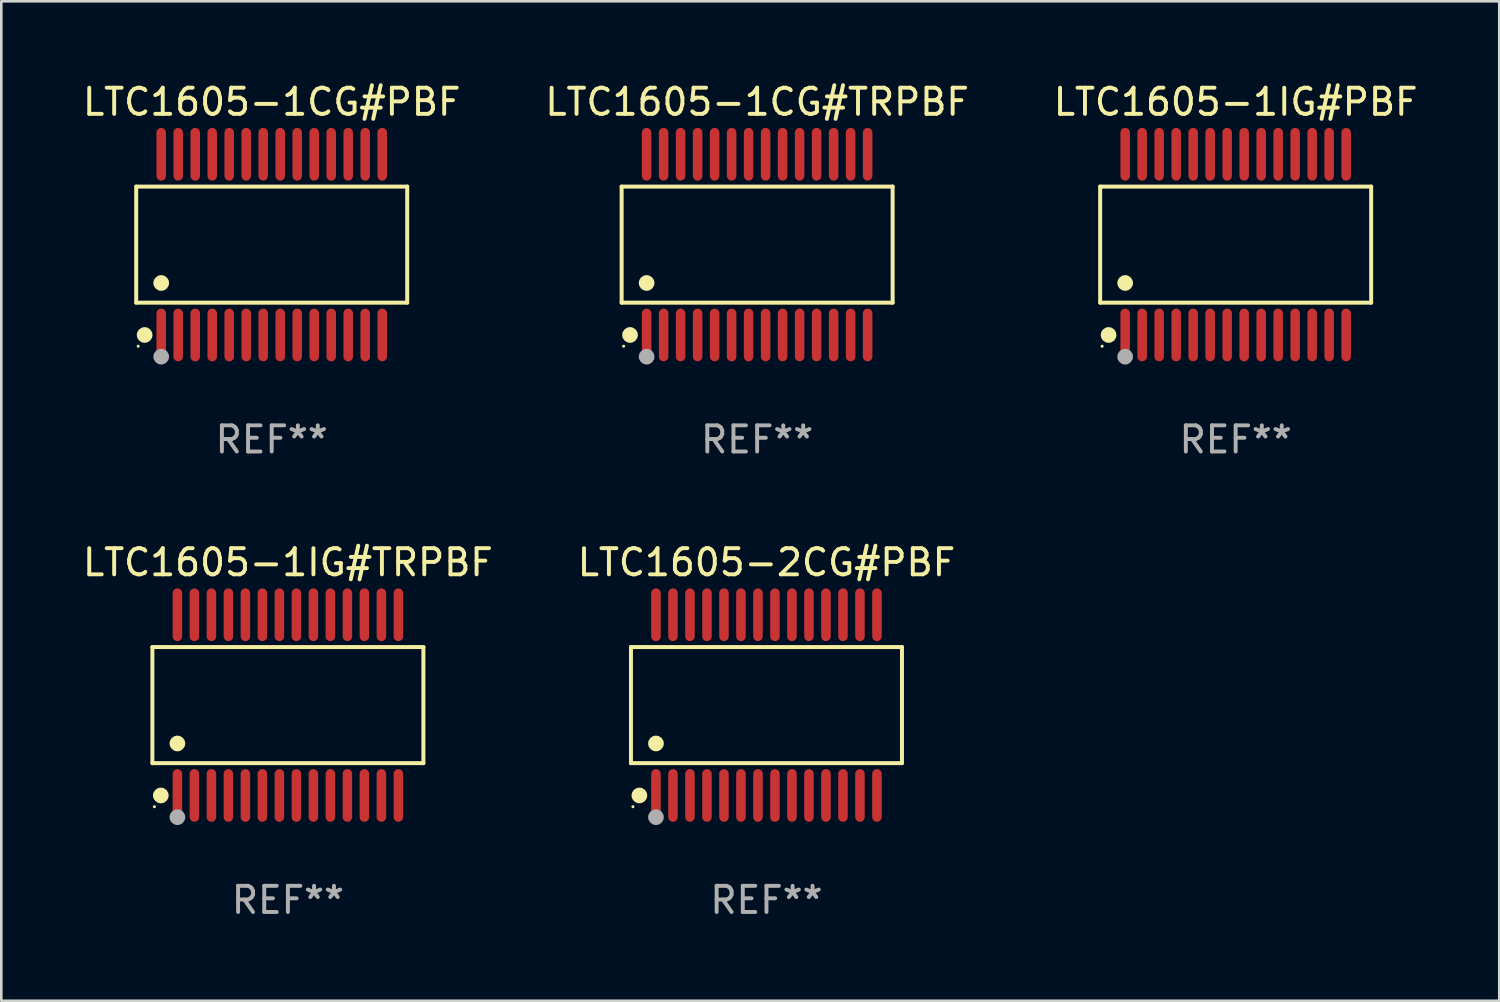
<source format=kicad_pcb>
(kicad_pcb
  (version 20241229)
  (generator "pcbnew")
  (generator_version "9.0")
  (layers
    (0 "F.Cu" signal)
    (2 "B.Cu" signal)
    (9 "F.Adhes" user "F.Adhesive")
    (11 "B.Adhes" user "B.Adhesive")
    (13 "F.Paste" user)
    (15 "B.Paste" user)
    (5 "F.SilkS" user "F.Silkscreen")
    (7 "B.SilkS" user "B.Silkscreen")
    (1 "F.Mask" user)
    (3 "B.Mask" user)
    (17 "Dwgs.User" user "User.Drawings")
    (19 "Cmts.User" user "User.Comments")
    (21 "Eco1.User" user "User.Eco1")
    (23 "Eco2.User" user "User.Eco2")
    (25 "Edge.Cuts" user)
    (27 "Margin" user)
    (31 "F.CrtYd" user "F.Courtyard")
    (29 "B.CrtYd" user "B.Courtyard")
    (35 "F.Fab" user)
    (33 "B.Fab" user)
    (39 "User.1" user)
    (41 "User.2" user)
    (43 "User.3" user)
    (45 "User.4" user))
  (footprint "LTC1605-1CG#PBF"
    (layer "F.Cu")
    (at 7.339 6.303)
    (property "Reference" "LTC1605-1CG#PBF" (at 0 -5.455 0) (layer "F.SilkS") (effects (font (size 1 1) (thickness 0.15))))
    (attr through_hole)
    (fp_line (start -5.181 -2.219) (end 5.181 -2.219) (stroke (width 0.152) (type solid)) (layer "F.SilkS"))
    (fp_line (start -5.181 2.219) (end -5.181 -2.219) (stroke (width 0.152) (type solid)) (layer "F.SilkS"))
    (fp_line (start 5.181 -2.219) (end 5.181 2.219) (stroke (width 0.152) (type solid)) (layer "F.SilkS"))
    (fp_line (start 5.181 2.219) (end -5.181 2.219) (stroke (width 0.152) (type solid)) (layer "F.SilkS"))
    (fp_circle (center -5.105 3.885) (end -5.075 3.885) (stroke (width 0.06) (type solid)) (fill no) (layer "F.SilkS"))
    (fp_circle (center -4.859 3.455) (end -4.709 3.455) (stroke (width 0.3) (type solid)) (fill no) (layer "F.SilkS"))
    (fp_circle (center -4.225 1.467) (end -4.075 1.467) (stroke (width 0.3) (type solid)) (fill no) (layer "F.SilkS"))
    (fp_circle (center -4.225 4.285) (end -4.075 4.285) (stroke (width 0.3) (type solid)) (fill no) (layer "F.Fab"))
    (fp_text user "REF**" (at 0 7.455 0) (layer "F.Fab") (effects (font (size 1 1) (thickness 0.15))))
    (pad "1" smd oval (at -4.225 3.455) (size 0.364 2.015) (layers "F.Cu" "F.Mask" "F.Paste"))
    (pad "2" smd oval (at -3.575 3.455) (size 0.364 2.015) (layers "F.Cu" "F.Mask" "F.Paste"))
    (pad "3" smd oval (at -2.925 3.455) (size 0.364 2.015) (layers "F.Cu" "F.Mask" "F.Paste"))
    (pad "4" smd oval (at -2.275 3.455) (size 0.364 2.015) (layers "F.Cu" "F.Mask" "F.Paste"))
    (pad "5" smd oval (at -1.625 3.455) (size 0.364 2.015) (layers "F.Cu" "F.Mask" "F.Paste"))
    (pad "6" smd oval (at -0.975 3.455) (size 0.364 2.015) (layers "F.Cu" "F.Mask" "F.Paste"))
    (pad "7" smd oval (at -0.325 3.455) (size 0.364 2.015) (layers "F.Cu" "F.Mask" "F.Paste"))
    (pad "8" smd oval (at 0.325 3.455) (size 0.364 2.015) (layers "F.Cu" "F.Mask" "F.Paste"))
    (pad "9" smd oval (at 0.975 3.455) (size 0.364 2.015) (layers "F.Cu" "F.Mask" "F.Paste"))
    (pad "10" smd oval (at 1.625 3.455) (size 0.364 2.015) (layers "F.Cu" "F.Mask" "F.Paste"))
    (pad "11" smd oval (at 2.275 3.455) (size 0.364 2.015) (layers "F.Cu" "F.Mask" "F.Paste"))
    (pad "12" smd oval (at 2.925 3.455) (size 0.364 2.015) (layers "F.Cu" "F.Mask" "F.Paste"))
    (pad "13" smd oval (at 3.575 3.455) (size 0.364 2.015) (layers "F.Cu" "F.Mask" "F.Paste"))
    (pad "14" smd oval (at 4.225 3.455) (size 0.364 2.015) (layers "F.Cu" "F.Mask" "F.Paste"))
    (pad "15" smd oval (at 4.225 -3.455) (size 0.364 2.015) (layers "F.Cu" "F.Mask" "F.Paste"))
    (pad "16" smd oval (at 3.575 -3.455) (size 0.364 2.015) (layers "F.Cu" "F.Mask" "F.Paste"))
    (pad "17" smd oval (at 2.925 -3.455) (size 0.364 2.015) (layers "F.Cu" "F.Mask" "F.Paste"))
    (pad "18" smd oval (at 2.275 -3.455) (size 0.364 2.015) (layers "F.Cu" "F.Mask" "F.Paste"))
    (pad "19" smd oval (at 1.625 -3.455) (size 0.364 2.015) (layers "F.Cu" "F.Mask" "F.Paste"))
    (pad "20" smd oval (at 0.975 -3.455) (size 0.364 2.015) (layers "F.Cu" "F.Mask" "F.Paste"))
    (pad "21" smd oval (at 0.325 -3.455) (size 0.364 2.015) (layers "F.Cu" "F.Mask" "F.Paste"))
    (pad "22" smd oval (at -0.325 -3.455) (size 0.364 2.015) (layers "F.Cu" "F.Mask" "F.Paste"))
    (pad "23" smd oval (at -0.975 -3.455) (size 0.364 2.015) (layers "F.Cu" "F.Mask" "F.Paste"))
    (pad "24" smd oval (at -1.625 -3.455) (size 0.364 2.015) (layers "F.Cu" "F.Mask" "F.Paste"))
    (pad "25" smd oval (at -2.275 -3.455) (size 0.364 2.015) (layers "F.Cu" "F.Mask" "F.Paste"))
    (pad "26" smd oval (at -2.925 -3.455) (size 0.364 2.015) (layers "F.Cu" "F.Mask" "F.Paste"))
    (pad "27" smd oval (at -3.575 -3.455) (size 0.364 2.015) (layers "F.Cu" "F.Mask" "F.Paste"))
    (pad "28" smd oval (at -4.225 -3.455) (size 0.364 2.015) (layers "F.Cu" "F.Mask" "F.Paste")))
  (footprint "LTC1605-1IG#PBF"
    (layer "F.Cu")
    (at 44.196 6.303)
    (property "Reference" "LTC1605-1IG#PBF" (at 0 -5.455 0) (layer "F.SilkS") (effects (font (size 1 1) (thickness 0.15))))
    (attr through_hole)
    (fp_line (start -5.181 -2.219) (end 5.181 -2.219) (stroke (width 0.152) (type solid)) (layer "F.SilkS"))
    (fp_line (start -5.181 2.219) (end -5.181 -2.219) (stroke (width 0.152) (type solid)) (layer "F.SilkS"))
    (fp_line (start 5.181 -2.219) (end 5.181 2.219) (stroke (width 0.152) (type solid)) (layer "F.SilkS"))
    (fp_line (start 5.181 2.219) (end -5.181 2.219) (stroke (width 0.152) (type solid)) (layer "F.SilkS"))
    (fp_circle (center -5.105 3.885) (end -5.075 3.885) (stroke (width 0.06) (type solid)) (fill no) (layer "F.SilkS"))
    (fp_circle (center -4.859 3.455) (end -4.709 3.455) (stroke (width 0.3) (type solid)) (fill no) (layer "F.SilkS"))
    (fp_circle (center -4.225 1.467) (end -4.075 1.467) (stroke (width 0.3) (type solid)) (fill no) (layer "F.SilkS"))
    (fp_circle (center -4.225 4.285) (end -4.075 4.285) (stroke (width 0.3) (type solid)) (fill no) (layer "F.Fab"))
    (fp_text user "REF**" (at 0 7.455 0) (layer "F.Fab") (effects (font (size 1 1) (thickness 0.15))))
    (pad "1" smd oval (at -4.225 3.455) (size 0.364 2.015) (layers "F.Cu" "F.Mask" "F.Paste"))
    (pad "2" smd oval (at -3.575 3.455) (size 0.364 2.015) (layers "F.Cu" "F.Mask" "F.Paste"))
    (pad "3" smd oval (at -2.925 3.455) (size 0.364 2.015) (layers "F.Cu" "F.Mask" "F.Paste"))
    (pad "4" smd oval (at -2.275 3.455) (size 0.364 2.015) (layers "F.Cu" "F.Mask" "F.Paste"))
    (pad "5" smd oval (at -1.625 3.455) (size 0.364 2.015) (layers "F.Cu" "F.Mask" "F.Paste"))
    (pad "6" smd oval (at -0.975 3.455) (size 0.364 2.015) (layers "F.Cu" "F.Mask" "F.Paste"))
    (pad "7" smd oval (at -0.325 3.455) (size 0.364 2.015) (layers "F.Cu" "F.Mask" "F.Paste"))
    (pad "8" smd oval (at 0.325 3.455) (size 0.364 2.015) (layers "F.Cu" "F.Mask" "F.Paste"))
    (pad "9" smd oval (at 0.975 3.455) (size 0.364 2.015) (layers "F.Cu" "F.Mask" "F.Paste"))
    (pad "10" smd oval (at 1.625 3.455) (size 0.364 2.015) (layers "F.Cu" "F.Mask" "F.Paste"))
    (pad "11" smd oval (at 2.275 3.455) (size 0.364 2.015) (layers "F.Cu" "F.Mask" "F.Paste"))
    (pad "12" smd oval (at 2.925 3.455) (size 0.364 2.015) (layers "F.Cu" "F.Mask" "F.Paste"))
    (pad "13" smd oval (at 3.575 3.455) (size 0.364 2.015) (layers "F.Cu" "F.Mask" "F.Paste"))
    (pad "14" smd oval (at 4.225 3.455) (size 0.364 2.015) (layers "F.Cu" "F.Mask" "F.Paste"))
    (pad "15" smd oval (at 4.225 -3.455) (size 0.364 2.015) (layers "F.Cu" "F.Mask" "F.Paste"))
    (pad "16" smd oval (at 3.575 -3.455) (size 0.364 2.015) (layers "F.Cu" "F.Mask" "F.Paste"))
    (pad "17" smd oval (at 2.925 -3.455) (size 0.364 2.015) (layers "F.Cu" "F.Mask" "F.Paste"))
    (pad "18" smd oval (at 2.275 -3.455) (size 0.364 2.015) (layers "F.Cu" "F.Mask" "F.Paste"))
    (pad "19" smd oval (at 1.625 -3.455) (size 0.364 2.015) (layers "F.Cu" "F.Mask" "F.Paste"))
    (pad "20" smd oval (at 0.975 -3.455) (size 0.364 2.015) (layers "F.Cu" "F.Mask" "F.Paste"))
    (pad "21" smd oval (at 0.325 -3.455) (size 0.364 2.015) (layers "F.Cu" "F.Mask" "F.Paste"))
    (pad "22" smd oval (at -0.325 -3.455) (size 0.364 2.015) (layers "F.Cu" "F.Mask" "F.Paste"))
    (pad "23" smd oval (at -0.975 -3.455) (size 0.364 2.015) (layers "F.Cu" "F.Mask" "F.Paste"))
    (pad "24" smd oval (at -1.625 -3.455) (size 0.364 2.015) (layers "F.Cu" "F.Mask" "F.Paste"))
    (pad "25" smd oval (at -2.275 -3.455) (size 0.364 2.015) (layers "F.Cu" "F.Mask" "F.Paste"))
    (pad "26" smd oval (at -2.925 -3.455) (size 0.364 2.015) (layers "F.Cu" "F.Mask" "F.Paste"))
    (pad "27" smd oval (at -3.575 -3.455) (size 0.364 2.015) (layers "F.Cu" "F.Mask" "F.Paste"))
    (pad "28" smd oval (at -4.225 -3.455) (size 0.364 2.015) (layers "F.Cu" "F.Mask" "F.Paste")))
  (footprint "LTC1605-1IG#TRPBF"
    (layer "F.Cu")
    (at 7.958 23.91)
    (property "Reference" "LTC1605-1IG#TRPBF" (at 0 -5.455 0) (layer "F.SilkS") (effects (font (size 1 1) (thickness 0.15))))
    (attr through_hole)
    (fp_line (start -5.181 -2.219) (end 5.181 -2.219) (stroke (width 0.152) (type solid)) (layer "F.SilkS"))
    (fp_line (start -5.181 2.219) (end -5.181 -2.219) (stroke (width 0.152) (type solid)) (layer "F.SilkS"))
    (fp_line (start 5.181 -2.219) (end 5.181 2.219) (stroke (width 0.152) (type solid)) (layer "F.SilkS"))
    (fp_line (start 5.181 2.219) (end -5.181 2.219) (stroke (width 0.152) (type solid)) (layer "F.SilkS"))
    (fp_circle (center -5.105 3.885) (end -5.075 3.885) (stroke (width 0.06) (type solid)) (fill no) (layer "F.SilkS"))
    (fp_circle (center -4.859 3.455) (end -4.709 3.455) (stroke (width 0.3) (type solid)) (fill no) (layer "F.SilkS"))
    (fp_circle (center -4.225 1.467) (end -4.075 1.467) (stroke (width 0.3) (type solid)) (fill no) (layer "F.SilkS"))
    (fp_circle (center -4.225 4.285) (end -4.075 4.285) (stroke (width 0.3) (type solid)) (fill no) (layer "F.Fab"))
    (fp_text user "REF**" (at 0 7.455 0) (layer "F.Fab") (effects (font (size 1 1) (thickness 0.15))))
    (pad "1" smd oval (at -4.225 3.455) (size 0.364 2.015) (layers "F.Cu" "F.Mask" "F.Paste"))
    (pad "2" smd oval (at -3.575 3.455) (size 0.364 2.015) (layers "F.Cu" "F.Mask" "F.Paste"))
    (pad "3" smd oval (at -2.925 3.455) (size 0.364 2.015) (layers "F.Cu" "F.Mask" "F.Paste"))
    (pad "4" smd oval (at -2.275 3.455) (size 0.364 2.015) (layers "F.Cu" "F.Mask" "F.Paste"))
    (pad "5" smd oval (at -1.625 3.455) (size 0.364 2.015) (layers "F.Cu" "F.Mask" "F.Paste"))
    (pad "6" smd oval (at -0.975 3.455) (size 0.364 2.015) (layers "F.Cu" "F.Mask" "F.Paste"))
    (pad "7" smd oval (at -0.325 3.455) (size 0.364 2.015) (layers "F.Cu" "F.Mask" "F.Paste"))
    (pad "8" smd oval (at 0.325 3.455) (size 0.364 2.015) (layers "F.Cu" "F.Mask" "F.Paste"))
    (pad "9" smd oval (at 0.975 3.455) (size 0.364 2.015) (layers "F.Cu" "F.Mask" "F.Paste"))
    (pad "10" smd oval (at 1.625 3.455) (size 0.364 2.015) (layers "F.Cu" "F.Mask" "F.Paste"))
    (pad "11" smd oval (at 2.275 3.455) (size 0.364 2.015) (layers "F.Cu" "F.Mask" "F.Paste"))
    (pad "12" smd oval (at 2.925 3.455) (size 0.364 2.015) (layers "F.Cu" "F.Mask" "F.Paste"))
    (pad "13" smd oval (at 3.575 3.455) (size 0.364 2.015) (layers "F.Cu" "F.Mask" "F.Paste"))
    (pad "14" smd oval (at 4.225 3.455) (size 0.364 2.015) (layers "F.Cu" "F.Mask" "F.Paste"))
    (pad "15" smd oval (at 4.225 -3.455) (size 0.364 2.015) (layers "F.Cu" "F.Mask" "F.Paste"))
    (pad "16" smd oval (at 3.575 -3.455) (size 0.364 2.015) (layers "F.Cu" "F.Mask" "F.Paste"))
    (pad "17" smd oval (at 2.925 -3.455) (size 0.364 2.015) (layers "F.Cu" "F.Mask" "F.Paste"))
    (pad "18" smd oval (at 2.275 -3.455) (size 0.364 2.015) (layers "F.Cu" "F.Mask" "F.Paste"))
    (pad "19" smd oval (at 1.625 -3.455) (size 0.364 2.015) (layers "F.Cu" "F.Mask" "F.Paste"))
    (pad "20" smd oval (at 0.975 -3.455) (size 0.364 2.015) (layers "F.Cu" "F.Mask" "F.Paste"))
    (pad "21" smd oval (at 0.325 -3.455) (size 0.364 2.015) (layers "F.Cu" "F.Mask" "F.Paste"))
    (pad "22" smd oval (at -0.325 -3.455) (size 0.364 2.015) (layers "F.Cu" "F.Mask" "F.Paste"))
    (pad "23" smd oval (at -0.975 -3.455) (size 0.364 2.015) (layers "F.Cu" "F.Mask" "F.Paste"))
    (pad "24" smd oval (at -1.625 -3.455) (size 0.364 2.015) (layers "F.Cu" "F.Mask" "F.Paste"))
    (pad "25" smd oval (at -2.275 -3.455) (size 0.364 2.015) (layers "F.Cu" "F.Mask" "F.Paste"))
    (pad "26" smd oval (at -2.925 -3.455) (size 0.364 2.015) (layers "F.Cu" "F.Mask" "F.Paste"))
    (pad "27" smd oval (at -3.575 -3.455) (size 0.364 2.015) (layers "F.Cu" "F.Mask" "F.Paste"))
    (pad "28" smd oval (at -4.225 -3.455) (size 0.364 2.015) (layers "F.Cu" "F.Mask" "F.Paste")))
  (footprint "LTC1605-2CG#PBF"
    (layer "F.Cu")
    (at 26.256 23.91)
    (property "Reference" "LTC1605-2CG#PBF" (at 0 -5.455 0) (layer "F.SilkS") (effects (font (size 1 1) (thickness 0.15))))
    (attr through_hole)
    (fp_line (start -5.181 -2.219) (end 5.181 -2.219) (stroke (width 0.152) (type solid)) (layer "F.SilkS"))
    (fp_line (start -5.181 2.219) (end -5.181 -2.219) (stroke (width 0.152) (type solid)) (layer "F.SilkS"))
    (fp_line (start 5.181 -2.219) (end 5.181 2.219) (stroke (width 0.152) (type solid)) (layer "F.SilkS"))
    (fp_line (start 5.181 2.219) (end -5.181 2.219) (stroke (width 0.152) (type solid)) (layer "F.SilkS"))
    (fp_circle (center -5.105 3.885) (end -5.075 3.885) (stroke (width 0.06) (type solid)) (fill no) (layer "F.SilkS"))
    (fp_circle (center -4.859 3.455) (end -4.709 3.455) (stroke (width 0.3) (type solid)) (fill no) (layer "F.SilkS"))
    (fp_circle (center -4.225 1.467) (end -4.075 1.467) (stroke (width 0.3) (type solid)) (fill no) (layer "F.SilkS"))
    (fp_circle (center -4.225 4.285) (end -4.075 4.285) (stroke (width 0.3) (type solid)) (fill no) (layer "F.Fab"))
    (fp_text user "REF**" (at 0 7.455 0) (layer "F.Fab") (effects (font (size 1 1) (thickness 0.15))))
    (pad "1" smd oval (at -4.225 3.455) (size 0.364 2.015) (layers "F.Cu" "F.Mask" "F.Paste"))
    (pad "2" smd oval (at -3.575 3.455) (size 0.364 2.015) (layers "F.Cu" "F.Mask" "F.Paste"))
    (pad "3" smd oval (at -2.925 3.455) (size 0.364 2.015) (layers "F.Cu" "F.Mask" "F.Paste"))
    (pad "4" smd oval (at -2.275 3.455) (size 0.364 2.015) (layers "F.Cu" "F.Mask" "F.Paste"))
    (pad "5" smd oval (at -1.625 3.455) (size 0.364 2.015) (layers "F.Cu" "F.Mask" "F.Paste"))
    (pad "6" smd oval (at -0.975 3.455) (size 0.364 2.015) (layers "F.Cu" "F.Mask" "F.Paste"))
    (pad "7" smd oval (at -0.325 3.455) (size 0.364 2.015) (layers "F.Cu" "F.Mask" "F.Paste"))
    (pad "8" smd oval (at 0.325 3.455) (size 0.364 2.015) (layers "F.Cu" "F.Mask" "F.Paste"))
    (pad "9" smd oval (at 0.975 3.455) (size 0.364 2.015) (layers "F.Cu" "F.Mask" "F.Paste"))
    (pad "10" smd oval (at 1.625 3.455) (size 0.364 2.015) (layers "F.Cu" "F.Mask" "F.Paste"))
    (pad "11" smd oval (at 2.275 3.455) (size 0.364 2.015) (layers "F.Cu" "F.Mask" "F.Paste"))
    (pad "12" smd oval (at 2.925 3.455) (size 0.364 2.015) (layers "F.Cu" "F.Mask" "F.Paste"))
    (pad "13" smd oval (at 3.575 3.455) (size 0.364 2.015) (layers "F.Cu" "F.Mask" "F.Paste"))
    (pad "14" smd oval (at 4.225 3.455) (size 0.364 2.015) (layers "F.Cu" "F.Mask" "F.Paste"))
    (pad "15" smd oval (at 4.225 -3.455) (size 0.364 2.015) (layers "F.Cu" "F.Mask" "F.Paste"))
    (pad "16" smd oval (at 3.575 -3.455) (size 0.364 2.015) (layers "F.Cu" "F.Mask" "F.Paste"))
    (pad "17" smd oval (at 2.925 -3.455) (size 0.364 2.015) (layers "F.Cu" "F.Mask" "F.Paste"))
    (pad "18" smd oval (at 2.275 -3.455) (size 0.364 2.015) (layers "F.Cu" "F.Mask" "F.Paste"))
    (pad "19" smd oval (at 1.625 -3.455) (size 0.364 2.015) (layers "F.Cu" "F.Mask" "F.Paste"))
    (pad "20" smd oval (at 0.975 -3.455) (size 0.364 2.015) (layers "F.Cu" "F.Mask" "F.Paste"))
    (pad "21" smd oval (at 0.325 -3.455) (size 0.364 2.015) (layers "F.Cu" "F.Mask" "F.Paste"))
    (pad "22" smd oval (at -0.325 -3.455) (size 0.364 2.015) (layers "F.Cu" "F.Mask" "F.Paste"))
    (pad "23" smd oval (at -0.975 -3.455) (size 0.364 2.015) (layers "F.Cu" "F.Mask" "F.Paste"))
    (pad "24" smd oval (at -1.625 -3.455) (size 0.364 2.015) (layers "F.Cu" "F.Mask" "F.Paste"))
    (pad "25" smd oval (at -2.275 -3.455) (size 0.364 2.015) (layers "F.Cu" "F.Mask" "F.Paste"))
    (pad "26" smd oval (at -2.925 -3.455) (size 0.364 2.015) (layers "F.Cu" "F.Mask" "F.Paste"))
    (pad "27" smd oval (at -3.575 -3.455) (size 0.364 2.015) (layers "F.Cu" "F.Mask" "F.Paste"))
    (pad "28" smd oval (at -4.225 -3.455) (size 0.364 2.015) (layers "F.Cu" "F.Mask" "F.Paste")))
  (footprint "LTC1605-1CG#TRPBF"
    (layer "F.Cu")
    (at 25.899 6.303)
    (property "Reference" "LTC1605-1CG#TRPBF" (at 0 -5.455 0) (layer "F.SilkS") (effects (font (size 1 1) (thickness 0.15))))
    (attr through_hole)
    (fp_line (start -5.181 -2.219) (end 5.181 -2.219) (stroke (width 0.152) (type solid)) (layer "F.SilkS"))
    (fp_line (start -5.181 2.219) (end -5.181 -2.219) (stroke (width 0.152) (type solid)) (layer "F.SilkS"))
    (fp_line (start 5.181 -2.219) (end 5.181 2.219) (stroke (width 0.152) (type solid)) (layer "F.SilkS"))
    (fp_line (start 5.181 2.219) (end -5.181 2.219) (stroke (width 0.152) (type solid)) (layer "F.SilkS"))
    (fp_circle (center -5.105 3.885) (end -5.075 3.885) (stroke (width 0.06) (type solid)) (fill no) (layer "F.SilkS"))
    (fp_circle (center -4.859 3.455) (end -4.709 3.455) (stroke (width 0.3) (type solid)) (fill no) (layer "F.SilkS"))
    (fp_circle (center -4.225 1.467) (end -4.075 1.467) (stroke (width 0.3) (type solid)) (fill no) (layer "F.SilkS"))
    (fp_circle (center -4.225 4.285) (end -4.075 4.285) (stroke (width 0.3) (type solid)) (fill no) (layer "F.Fab"))
    (fp_text user "REF**" (at 0 7.455 0) (layer "F.Fab") (effects (font (size 1 1) (thickness 0.15))))
    (pad "1" smd oval (at -4.225 3.455) (size 0.364 2.015) (layers "F.Cu" "F.Mask" "F.Paste"))
    (pad "2" smd oval (at -3.575 3.455) (size 0.364 2.015) (layers "F.Cu" "F.Mask" "F.Paste"))
    (pad "3" smd oval (at -2.925 3.455) (size 0.364 2.015) (layers "F.Cu" "F.Mask" "F.Paste"))
    (pad "4" smd oval (at -2.275 3.455) (size 0.364 2.015) (layers "F.Cu" "F.Mask" "F.Paste"))
    (pad "5" smd oval (at -1.625 3.455) (size 0.364 2.015) (layers "F.Cu" "F.Mask" "F.Paste"))
    (pad "6" smd oval (at -0.975 3.455) (size 0.364 2.015) (layers "F.Cu" "F.Mask" "F.Paste"))
    (pad "7" smd oval (at -0.325 3.455) (size 0.364 2.015) (layers "F.Cu" "F.Mask" "F.Paste"))
    (pad "8" smd oval (at 0.325 3.455) (size 0.364 2.015) (layers "F.Cu" "F.Mask" "F.Paste"))
    (pad "9" smd oval (at 0.975 3.455) (size 0.364 2.015) (layers "F.Cu" "F.Mask" "F.Paste"))
    (pad "10" smd oval (at 1.625 3.455) (size 0.364 2.015) (layers "F.Cu" "F.Mask" "F.Paste"))
    (pad "11" smd oval (at 2.275 3.455) (size 0.364 2.015) (layers "F.Cu" "F.Mask" "F.Paste"))
    (pad "12" smd oval (at 2.925 3.455) (size 0.364 2.015) (layers "F.Cu" "F.Mask" "F.Paste"))
    (pad "13" smd oval (at 3.575 3.455) (size 0.364 2.015) (layers "F.Cu" "F.Mask" "F.Paste"))
    (pad "14" smd oval (at 4.225 3.455) (size 0.364 2.015) (layers "F.Cu" "F.Mask" "F.Paste"))
    (pad "15" smd oval (at 4.225 -3.455) (size 0.364 2.015) (layers "F.Cu" "F.Mask" "F.Paste"))
    (pad "16" smd oval (at 3.575 -3.455) (size 0.364 2.015) (layers "F.Cu" "F.Mask" "F.Paste"))
    (pad "17" smd oval (at 2.925 -3.455) (size 0.364 2.015) (layers "F.Cu" "F.Mask" "F.Paste"))
    (pad "18" smd oval (at 2.275 -3.455) (size 0.364 2.015) (layers "F.Cu" "F.Mask" "F.Paste"))
    (pad "19" smd oval (at 1.625 -3.455) (size 0.364 2.015) (layers "F.Cu" "F.Mask" "F.Paste"))
    (pad "20" smd oval (at 0.975 -3.455) (size 0.364 2.015) (layers "F.Cu" "F.Mask" "F.Paste"))
    (pad "21" smd oval (at 0.325 -3.455) (size 0.364 2.015) (layers "F.Cu" "F.Mask" "F.Paste"))
    (pad "22" smd oval (at -0.325 -3.455) (size 0.364 2.015) (layers "F.Cu" "F.Mask" "F.Paste"))
    (pad "23" smd oval (at -0.975 -3.455) (size 0.364 2.015) (layers "F.Cu" "F.Mask" "F.Paste"))
    (pad "24" smd oval (at -1.625 -3.455) (size 0.364 2.015) (layers "F.Cu" "F.Mask" "F.Paste"))
    (pad "25" smd oval (at -2.275 -3.455) (size 0.364 2.015) (layers "F.Cu" "F.Mask" "F.Paste"))
    (pad "26" smd oval (at -2.925 -3.455) (size 0.364 2.015) (layers "F.Cu" "F.Mask" "F.Paste"))
    (pad "27" smd oval (at -3.575 -3.455) (size 0.364 2.015) (layers "F.Cu" "F.Mask" "F.Paste"))
    (pad "28" smd oval (at -4.225 -3.455) (size 0.364 2.015) (layers "F.Cu" "F.Mask" "F.Paste")))
  (gr_rect
    (start -3 -3)
    (end 54.274 35.214)
    (stroke (width 0.1) (type default))
    (fill no)
    (layer "Edge.Cuts")))
</source>
